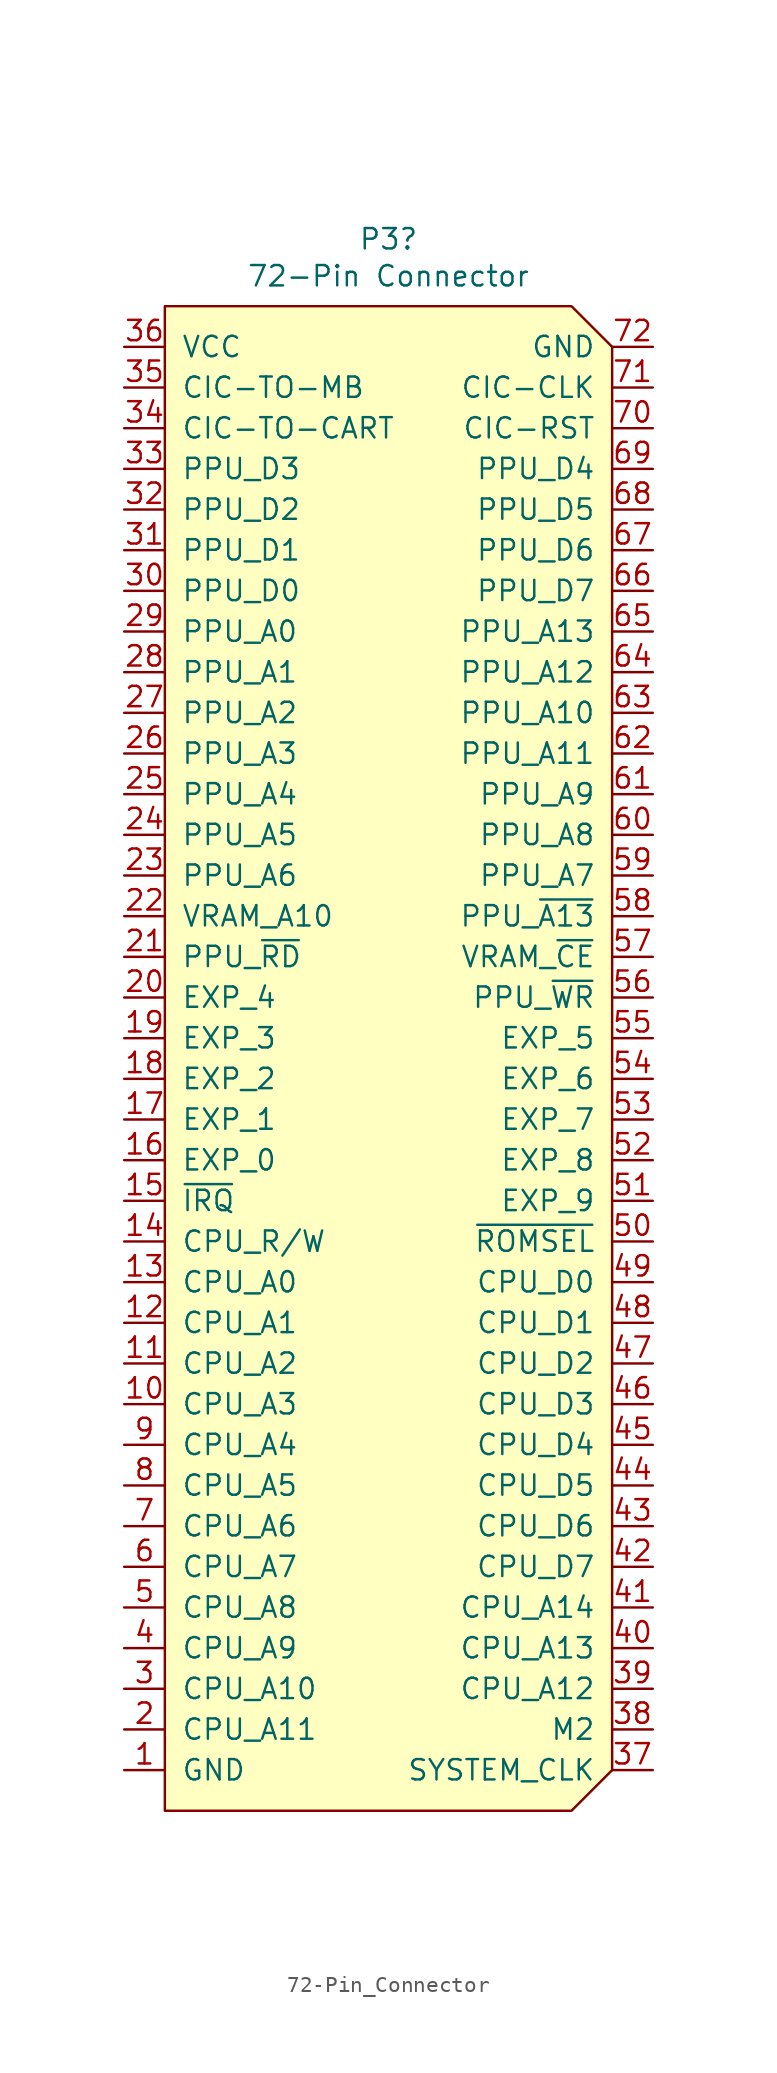
<source format=kicad_sym>
(kicad_symbol_lib
  (version 20220914)
  (generator kicad_symbol_editor)
  (symbol "72-Pin_Connector"
    (pin_names
      (offset 1.016))
    (property "Reference" "P3"
      (at 0 52.451 0)
      (effects (font (size 1.27 1.27))))
    (property "Value" "72-Pin Connector"
      (at 0 50.14 0)
      (effects (font (size 1.27 1.27))))
    (symbol "72-Pin_Connector_0_1"
      (polyline (pts (xy 13.97 -43.18) (xy 11.43 -45.72) (xy -13.97 -45.72) (xy -13.97 48.26) (xy 11.43 48.26) (xy 13.97 45.72) (xy 13.97 -43.18)) (stroke (width 0) (type solid)) (fill (type background))))
    (symbol "72-Pin_Connector_1_1"
      (pin passive line (at -16.51 -43.18 0) (length 2.54) (name "GND" (effects (font (size 1.27 1.27)))) (number "1" (effects (font (size 1.27 1.27)))))
      (pin input line (at -16.51 -20.32 0) (length 2.54) (name "CPU_A3" (effects (font (size 1.27 1.27)))) (number "10" (effects (font (size 1.27 1.27)))))
      (pin input line (at -16.51 -17.78 0) (length 2.54) (name "CPU_A2" (effects (font (size 1.27 1.27)))) (number "11" (effects (font (size 1.27 1.27)))))
      (pin input line (at -16.51 -15.24 0) (length 2.54) (name "CPU_A1" (effects (font (size 1.27 1.27)))) (number "12" (effects (font (size 1.27 1.27)))))
      (pin input line (at -16.51 -12.7 0) (length 2.54) (name "CPU_A0" (effects (font (size 1.27 1.27)))) (number "13" (effects (font (size 1.27 1.27)))))
      (pin input line (at -16.51 -10.16 0) (length 2.54) (name "CPU_R/W" (effects (font (size 1.27 1.27)))) (number "14" (effects (font (size 1.27 1.27)))))
      (pin output line (at -16.51 -7.62 0) (length 2.54) (name "~{IRQ}" (effects (font (size 1.27 1.27)))) (number "15" (effects (font (size 1.27 1.27)))))
      (pin passive line (at -16.51 -5.08 0) (length 2.54) (name "EXP_0" (effects (font (size 1.27 1.27)))) (number "16" (effects (font (size 1.27 1.27)))))
      (pin passive line (at -16.51 -2.54 0) (length 2.54) (name "EXP_1" (effects (font (size 1.27 1.27)))) (number "17" (effects (font (size 1.27 1.27)))))
      (pin passive line (at -16.51 0 0) (length 2.54) (name "EXP_2" (effects (font (size 1.27 1.27)))) (number "18" (effects (font (size 1.27 1.27)))))
      (pin passive line (at -16.51 2.54 0) (length 2.54) (name "EXP_3" (effects (font (size 1.27 1.27)))) (number "19" (effects (font (size 1.27 1.27)))))
      (pin input line (at -16.51 -40.64 0) (length 2.54) (name "CPU_A11" (effects (font (size 1.27 1.27)))) (number "2" (effects (font (size 1.27 1.27)))))
      (pin passive line (at -16.51 5.08 0) (length 2.54) (name "EXP_4" (effects (font (size 1.27 1.27)))) (number "20" (effects (font (size 1.27 1.27)))))
      (pin input line (at -16.51 7.62 0) (length 2.54) (name "PPU_~{RD}" (effects (font (size 1.27 1.27)))) (number "21" (effects (font (size 1.27 1.27)))))
      (pin output line (at -16.51 10.16 0) (length 2.54) (name "VRAM_A10" (effects (font (size 1.27 1.27)))) (number "22" (effects (font (size 1.27 1.27)))))
      (pin input line (at -16.51 12.7 0) (length 2.54) (name "PPU_A6" (effects (font (size 1.27 1.27)))) (number "23" (effects (font (size 1.27 1.27)))))
      (pin input line (at -16.51 15.24 0) (length 2.54) (name "PPU_A5" (effects (font (size 1.27 1.27)))) (number "24" (effects (font (size 1.27 1.27)))))
      (pin input line (at -16.51 17.78 0) (length 2.54) (name "PPU_A4" (effects (font (size 1.27 1.27)))) (number "25" (effects (font (size 1.27 1.27)))))
      (pin input line (at -16.51 20.32 0) (length 2.54) (name "PPU_A3" (effects (font (size 1.27 1.27)))) (number "26" (effects (font (size 1.27 1.27)))))
      (pin input line (at -16.51 22.86 0) (length 2.54) (name "PPU_A2" (effects (font (size 1.27 1.27)))) (number "27" (effects (font (size 1.27 1.27)))))
      (pin input line (at -16.51 25.4 0) (length 2.54) (name "PPU_A1" (effects (font (size 1.27 1.27)))) (number "28" (effects (font (size 1.27 1.27)))))
      (pin input line (at -16.51 27.94 0) (length 2.54) (name "PPU_A0" (effects (font (size 1.27 1.27)))) (number "29" (effects (font (size 1.27 1.27)))))
      (pin input line (at -16.51 -38.1 0) (length 2.54) (name "CPU_A10" (effects (font (size 1.27 1.27)))) (number "3" (effects (font (size 1.27 1.27)))))
      (pin bidirectional line (at -16.51 30.48 0) (length 2.54) (name "PPU_D0" (effects (font (size 1.27 1.27)))) (number "30" (effects (font (size 1.27 1.27)))))
      (pin bidirectional line (at -16.51 33.02 0) (length 2.54) (name "PPU_D1" (effects (font (size 1.27 1.27)))) (number "31" (effects (font (size 1.27 1.27)))))
      (pin bidirectional line (at -16.51 35.56 0) (length 2.54) (name "PPU_D2" (effects (font (size 1.27 1.27)))) (number "32" (effects (font (size 1.27 1.27)))))
      (pin bidirectional line (at -16.51 38.1 0) (length 2.54) (name "PPU_D3" (effects (font (size 1.27 1.27)))) (number "33" (effects (font (size 1.27 1.27)))))
      (pin input line (at -16.51 40.64 0) (length 2.54) (name "CIC-TO-CART" (effects (font (size 1.27 1.27)))) (number "34" (effects (font (size 1.27 1.27)))))
      (pin output line (at -16.51 43.18 0) (length 2.54) (name "CIC-TO-MB" (effects (font (size 1.27 1.27)))) (number "35" (effects (font (size 1.27 1.27)))))
      (pin passive line (at -16.51 45.72 0) (length 2.54) (name "VCC" (effects (font (size 1.27 1.27)))) (number "36" (effects (font (size 1.27 1.27)))))
      (pin input line (at 16.51 -43.18 180) (length 2.54) (name "SYSTEM_CLK" (effects (font (size 1.27 1.27)))) (number "37" (effects (font (size 1.27 1.27)))))
      (pin input line (at 16.51 -40.64 180) (length 2.54) (name "M2" (effects (font (size 1.27 1.27)))) (number "38" (effects (font (size 1.27 1.27)))))
      (pin input line (at 16.51 -38.1 180) (length 2.54) (name "CPU_A12" (effects (font (size 1.27 1.27)))) (number "39" (effects (font (size 1.27 1.27)))))
      (pin input line (at -16.51 -35.56 0) (length 2.54) (name "CPU_A9" (effects (font (size 1.27 1.27)))) (number "4" (effects (font (size 1.27 1.27)))))
      (pin input line (at 16.51 -35.56 180) (length 2.54) (name "CPU_A13" (effects (font (size 1.27 1.27)))) (number "40" (effects (font (size 1.27 1.27)))))
      (pin input line (at 16.51 -33.02 180) (length 2.54) (name "CPU_A14" (effects (font (size 1.27 1.27)))) (number "41" (effects (font (size 1.27 1.27)))))
      (pin bidirectional line (at 16.51 -30.48 180) (length 2.54) (name "CPU_D7" (effects (font (size 1.27 1.27)))) (number "42" (effects (font (size 1.27 1.27)))))
      (pin bidirectional line (at 16.51 -27.94 180) (length 2.54) (name "CPU_D6" (effects (font (size 1.27 1.27)))) (number "43" (effects (font (size 1.27 1.27)))))
      (pin bidirectional line (at 16.51 -25.4 180) (length 2.54) (name "CPU_D5" (effects (font (size 1.27 1.27)))) (number "44" (effects (font (size 1.27 1.27)))))
      (pin bidirectional line (at 16.51 -22.86 180) (length 2.54) (name "CPU_D4" (effects (font (size 1.27 1.27)))) (number "45" (effects (font (size 1.27 1.27)))))
      (pin bidirectional line (at 16.51 -20.32 180) (length 2.54) (name "CPU_D3" (effects (font (size 1.27 1.27)))) (number "46" (effects (font (size 1.27 1.27)))))
      (pin bidirectional line (at 16.51 -17.78 180) (length 2.54) (name "CPU_D2" (effects (font (size 1.27 1.27)))) (number "47" (effects (font (size 1.27 1.27)))))
      (pin bidirectional line (at 16.51 -15.24 180) (length 2.54) (name "CPU_D1" (effects (font (size 1.27 1.27)))) (number "48" (effects (font (size 1.27 1.27)))))
      (pin bidirectional line (at 16.51 -12.7 180) (length 2.54) (name "CPU_D0" (effects (font (size 1.27 1.27)))) (number "49" (effects (font (size 1.27 1.27)))))
      (pin input line (at -16.51 -33.02 0) (length 2.54) (name "CPU_A8" (effects (font (size 1.27 1.27)))) (number "5" (effects (font (size 1.27 1.27)))))
      (pin input line (at 16.51 -10.16 180) (length 2.54) (name "~{ROMSEL}" (effects (font (size 1.27 1.27)))) (number "50" (effects (font (size 1.27 1.27)))))
      (pin passive line (at 16.51 -7.62 180) (length 2.54) (name "EXP_9" (effects (font (size 1.27 1.27)))) (number "51" (effects (font (size 1.27 1.27)))))
      (pin passive line (at 16.51 -5.08 180) (length 2.54) (name "EXP_8" (effects (font (size 1.27 1.27)))) (number "52" (effects (font (size 1.27 1.27)))))
      (pin passive line (at 16.51 -2.54 180) (length 2.54) (name "EXP_7" (effects (font (size 1.27 1.27)))) (number "53" (effects (font (size 1.27 1.27)))))
      (pin passive line (at 16.51 0 180) (length 2.54) (name "EXP_6" (effects (font (size 1.27 1.27)))) (number "54" (effects (font (size 1.27 1.27)))))
      (pin passive line (at 16.51 2.54 180) (length 2.54) (name "EXP_5" (effects (font (size 1.27 1.27)))) (number "55" (effects (font (size 1.27 1.27)))))
      (pin input line (at 16.51 5.08 180) (length 2.54) (name "PPU_~{WR}" (effects (font (size 1.27 1.27)))) (number "56" (effects (font (size 1.27 1.27)))))
      (pin output line (at 16.51 7.62 180) (length 2.54) (name "VRAM_~{CE}" (effects (font (size 1.27 1.27)))) (number "57" (effects (font (size 1.27 1.27)))))
      (pin input line (at 16.51 10.16 180) (length 2.54) (name "PPU_~{A13}" (effects (font (size 1.27 1.27)))) (number "58" (effects (font (size 1.27 1.27)))))
      (pin input line (at 16.51 12.7 180) (length 2.54) (name "PPU_A7" (effects (font (size 1.27 1.27)))) (number "59" (effects (font (size 1.27 1.27)))))
      (pin input line (at -16.51 -30.48 0) (length 2.54) (name "CPU_A7" (effects (font (size 1.27 1.27)))) (number "6" (effects (font (size 1.27 1.27)))))
      (pin input line (at 16.51 15.24 180) (length 2.54) (name "PPU_A8" (effects (font (size 1.27 1.27)))) (number "60" (effects (font (size 1.27 1.27)))))
      (pin input line (at 16.51 17.78 180) (length 2.54) (name "PPU_A9" (effects (font (size 1.27 1.27)))) (number "61" (effects (font (size 1.27 1.27)))))
      (pin input line (at 16.51 20.32 180) (length 2.54) (name "PPU_A11" (effects (font (size 1.27 1.27)))) (number "62" (effects (font (size 1.27 1.27)))))
      (pin input line (at 16.51 22.86 180) (length 2.54) (name "PPU_A10" (effects (font (size 1.27 1.27)))) (number "63" (effects (font (size 1.27 1.27)))))
      (pin input line (at 16.51 25.4 180) (length 2.54) (name "PPU_A12" (effects (font (size 1.27 1.27)))) (number "64" (effects (font (size 1.27 1.27)))))
      (pin input line (at 16.51 27.94 180) (length 2.54) (name "PPU_A13" (effects (font (size 1.27 1.27)))) (number "65" (effects (font (size 1.27 1.27)))))
      (pin bidirectional line (at 16.51 30.48 180) (length 2.54) (name "PPU_D7" (effects (font (size 1.27 1.27)))) (number "66" (effects (font (size 1.27 1.27)))))
      (pin bidirectional line (at 16.51 33.02 180) (length 2.54) (name "PPU_D6" (effects (font (size 1.27 1.27)))) (number "67" (effects (font (size 1.27 1.27)))))
      (pin bidirectional line (at 16.51 35.56 180) (length 2.54) (name "PPU_D5" (effects (font (size 1.27 1.27)))) (number "68" (effects (font (size 1.27 1.27)))))
      (pin bidirectional line (at 16.51 38.1 180) (length 2.54) (name "PPU_D4" (effects (font (size 1.27 1.27)))) (number "69" (effects (font (size 1.27 1.27)))))
      (pin input line (at -16.51 -27.94 0) (length 2.54) (name "CPU_A6" (effects (font (size 1.27 1.27)))) (number "7" (effects (font (size 1.27 1.27)))))
      (pin input line (at 16.51 40.64 180) (length 2.54) (name "CIC-RST" (effects (font (size 1.27 1.27)))) (number "70" (effects (font (size 1.27 1.27)))))
      (pin input line (at 16.51 43.18 180) (length 2.54) (name "CIC-CLK" (effects (font (size 1.27 1.27)))) (number "71" (effects (font (size 1.27 1.27)))))
      (pin passive line (at 16.51 45.72 180) (length 2.54) (name "GND" (effects (font (size 1.27 1.27)))) (number "72" (effects (font (size 1.27 1.27)))))
      (pin input line (at -16.51 -25.4 0) (length 2.54) (name "CPU_A5" (effects (font (size 1.27 1.27)))) (number "8" (effects (font (size 1.27 1.27)))))
      (pin input line (at -16.51 -22.86 0) (length 2.54) (name "CPU_A4" (effects (font (size 1.27 1.27)))) (number "9" (effects (font (size 1.27 1.27))))))))
</source>
